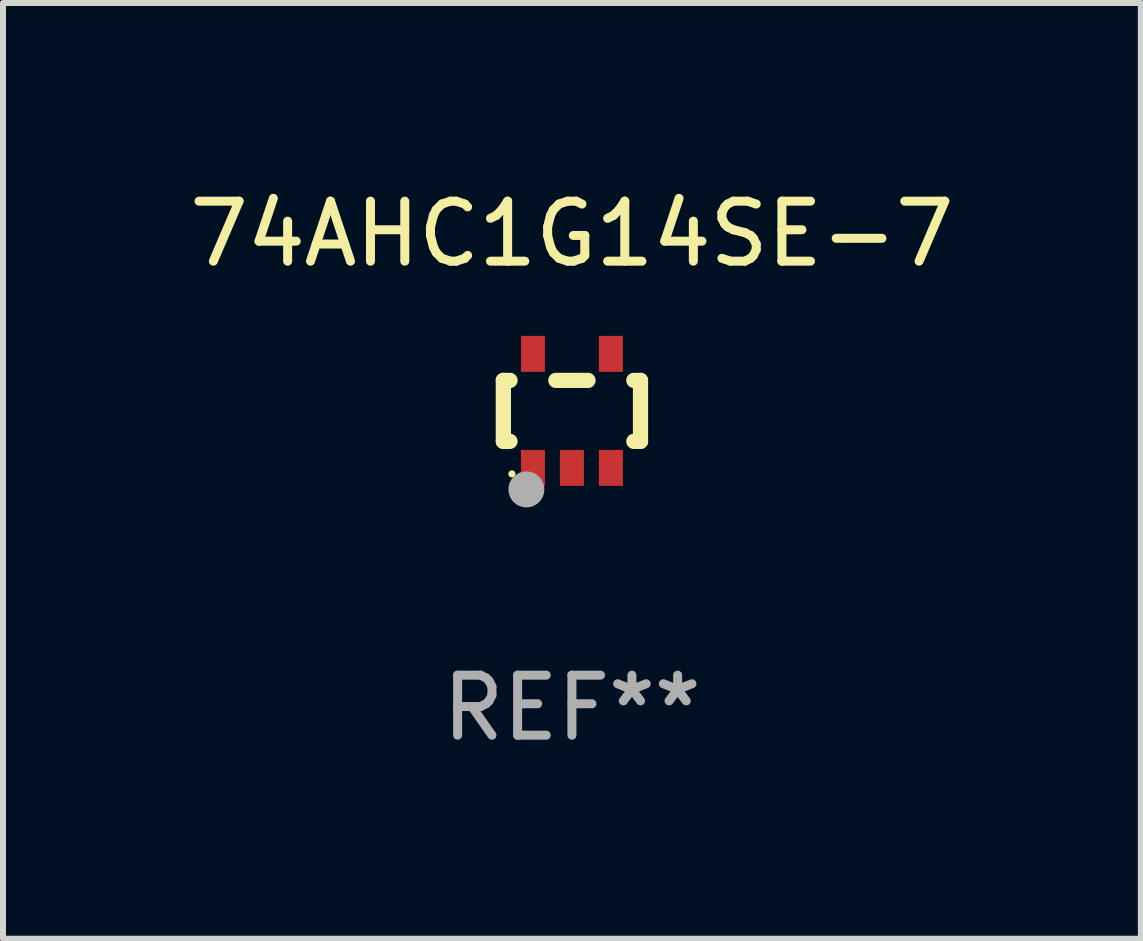
<source format=kicad_pcb>
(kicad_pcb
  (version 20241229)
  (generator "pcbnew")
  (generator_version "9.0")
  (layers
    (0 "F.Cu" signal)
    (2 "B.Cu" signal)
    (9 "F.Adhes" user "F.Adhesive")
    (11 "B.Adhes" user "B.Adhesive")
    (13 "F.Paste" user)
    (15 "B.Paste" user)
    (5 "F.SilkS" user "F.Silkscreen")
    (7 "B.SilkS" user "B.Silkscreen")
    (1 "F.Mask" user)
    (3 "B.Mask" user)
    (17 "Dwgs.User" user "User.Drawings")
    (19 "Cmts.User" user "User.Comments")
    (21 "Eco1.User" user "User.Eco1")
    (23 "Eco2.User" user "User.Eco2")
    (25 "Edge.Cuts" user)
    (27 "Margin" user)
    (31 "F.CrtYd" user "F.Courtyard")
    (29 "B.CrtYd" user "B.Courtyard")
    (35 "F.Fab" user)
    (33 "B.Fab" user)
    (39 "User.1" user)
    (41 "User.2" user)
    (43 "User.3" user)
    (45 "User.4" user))
  (footprint "74AHC1G14SE-7"
    (layer "F.Cu")
    (at 6.482 3.798)
    (property "Reference" "74AHC1G14SE-7" (at 0 -2.95 0) (layer "F.SilkS") (effects (font (size 1 1) (thickness 0.15))))
    (attr through_hole)
    (fp_line (start -1.143 -0.508) (end -1.032 -0.508) (stroke (width 0.254) (type solid)) (layer "F.SilkS"))
    (fp_line (start -1.143 0.508) (end -1.143 -0.508) (stroke (width 0.254) (type solid)) (layer "F.SilkS"))
    (fp_line (start -1.032 0.508) (end -1.143 0.508) (stroke (width 0.254) (type solid)) (layer "F.SilkS"))
    (fp_line (start -0.268 -0.508) (end 0.268 -0.508) (stroke (width 0.254) (type solid)) (layer "F.SilkS"))
    (fp_line (start 1.032 -0.508) (end 1.143 -0.508) (stroke (width 0.254) (type solid)) (layer "F.SilkS"))
    (fp_line (start 1.143 -0.508) (end 1.143 0.508) (stroke (width 0.254) (type solid)) (layer "F.SilkS"))
    (fp_line (start 1.143 0.508) (end 1.032 0.508) (stroke (width 0.254) (type solid)) (layer "F.SilkS"))
    (fp_circle (center -1 1.05) (end -0.97 1.05) (stroke (width 0.06) (type solid)) (fill no) (layer "F.SilkS"))
    (fp_circle (center -0.759 1.309) (end -0.609 1.309) (stroke (width 0.3) (type solid)) (fill no) (layer "F.Fab"))
    (fp_text user "REF**" (at 0 4.95 0) (layer "F.Fab") (effects (font (size 1 1) (thickness 0.15))))
    (pad "1" smd rect (at -0.65 0.95 180) (size 0.4 0.6) (layers "F.Cu" "F.Mask" "F.Paste"))
    (pad "2" smd rect (at 0 0.95 180) (size 0.4 0.6) (layers "F.Cu" "F.Mask" "F.Paste"))
    (pad "3" smd rect (at 0.65 0.95 180) (size 0.4 0.6) (layers "F.Cu" "F.Mask" "F.Paste"))
    (pad "4" smd rect (at 0.65 -0.95 180) (size 0.4 0.6) (layers "F.Cu" "F.Mask" "F.Paste"))
    (pad "5" smd rect (at -0.65 -0.95 180) (size 0.4 0.6) (layers "F.Cu" "F.Mask" "F.Paste")))
  (gr_rect
    (start -3 -3)
    (end 15.964 12.596)
    (stroke (width 0.1) (type default))
    (fill no)
    (layer "Edge.Cuts")))
</source>
